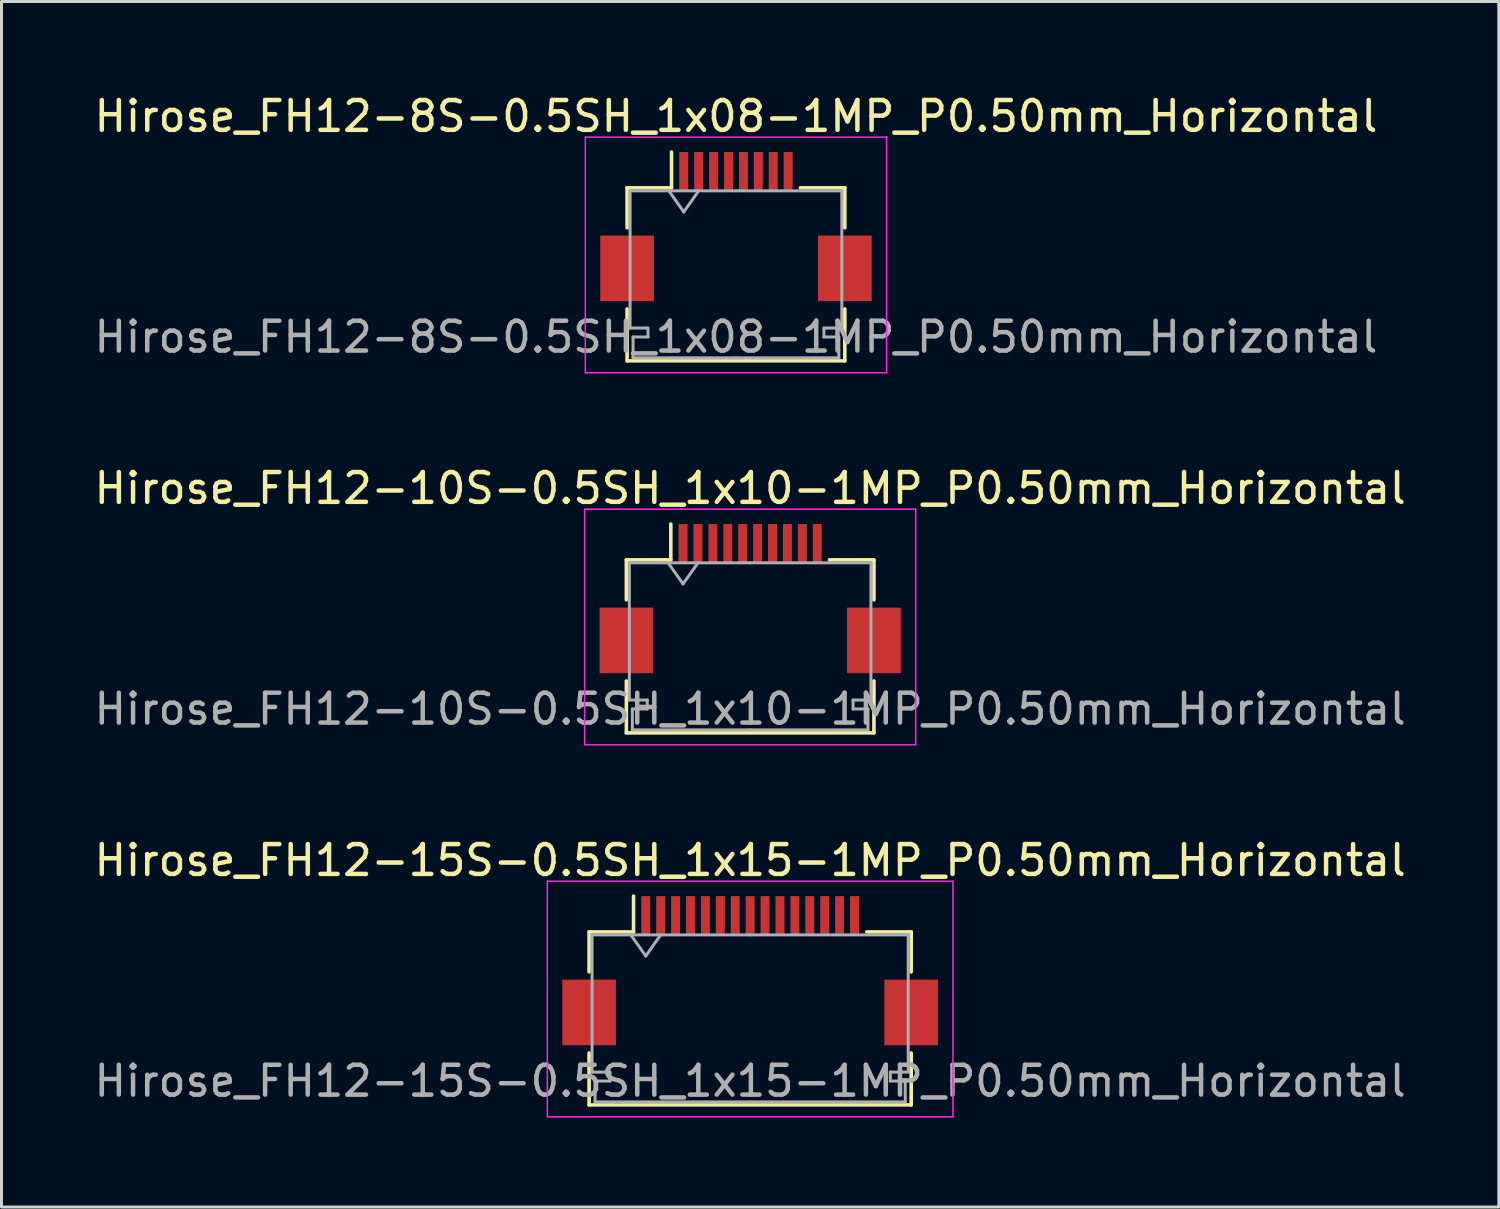
<source format=kicad_pcb>
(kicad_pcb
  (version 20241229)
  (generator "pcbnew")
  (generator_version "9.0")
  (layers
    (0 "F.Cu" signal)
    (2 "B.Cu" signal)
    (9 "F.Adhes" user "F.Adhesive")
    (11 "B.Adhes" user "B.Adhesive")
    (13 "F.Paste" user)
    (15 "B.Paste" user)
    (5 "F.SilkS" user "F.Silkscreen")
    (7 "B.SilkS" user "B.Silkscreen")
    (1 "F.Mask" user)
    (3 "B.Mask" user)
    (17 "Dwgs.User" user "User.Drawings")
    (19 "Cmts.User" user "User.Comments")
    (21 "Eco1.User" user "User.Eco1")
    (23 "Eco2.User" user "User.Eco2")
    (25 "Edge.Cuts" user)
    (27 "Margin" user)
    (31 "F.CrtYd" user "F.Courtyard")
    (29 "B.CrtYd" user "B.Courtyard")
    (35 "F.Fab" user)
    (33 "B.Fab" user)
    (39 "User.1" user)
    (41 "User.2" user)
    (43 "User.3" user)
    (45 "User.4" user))
  (footprint "Hirose_FH12-8S-0.5SH_1x08-1MP_P0.50mm_Horizontal"
    (layer "F.Cu")
    (at 21.625 4.548)
    (property "Reference" "Hirose_FH12-8S-0.5SH_1x08-1MP_P0.50mm_Horizontal" (at 0 -3.7 0) (layer "F.SilkS") (effects (font (size 1 1) (thickness 0.15))))
    (attr smd)
    (fp_line (start -3.65 -1.3) (end -3.65 0.04) (stroke (width 0.12) (type solid)) (layer "F.SilkS"))
    (fp_line (start -3.65 2.76) (end -3.65 4.5) (stroke (width 0.12) (type solid)) (layer "F.SilkS"))
    (fp_line (start -3.65 4.5) (end 3.65 4.5) (stroke (width 0.12) (type solid)) (layer "F.SilkS"))
    (fp_line (start -2.16 -1.3) (end -3.65 -1.3) (stroke (width 0.12) (type solid)) (layer "F.SilkS"))
    (fp_line (start -2.16 -1.3) (end -2.16 -2.5) (stroke (width 0.12) (type solid)) (layer "F.SilkS"))
    (fp_line (start 2.16 -1.3) (end 3.65 -1.3) (stroke (width 0.12) (type solid)) (layer "F.SilkS"))
    (fp_line (start 3.65 -1.3) (end 3.65 0.04) (stroke (width 0.12) (type solid)) (layer "F.SilkS"))
    (fp_line (start 3.65 4.5) (end 3.65 2.76) (stroke (width 0.12) (type solid)) (layer "F.SilkS"))
    (fp_line (start -5.05 -3) (end -5.05 4.9) (stroke (width 0.05) (type solid)) (layer "F.CrtYd"))
    (fp_line (start -5.05 4.9) (end 5.05 4.9) (stroke (width 0.05) (type solid)) (layer "F.CrtYd"))
    (fp_line (start 5.05 -3) (end -5.05 -3) (stroke (width 0.05) (type solid)) (layer "F.CrtYd"))
    (fp_line (start 5.05 4.9) (end 5.05 -3) (stroke (width 0.05) (type solid)) (layer "F.CrtYd"))
    (fp_line (start -3.55 -1.2) (end -3.55 3.4) (stroke (width 0.1) (type solid)) (layer "F.Fab"))
    (fp_line (start -3.55 3.4) (end -2.95 3.4) (stroke (width 0.1) (type solid)) (layer "F.Fab"))
    (fp_line (start -3.45 3.7) (end -3.45 4.4) (stroke (width 0.1) (type solid)) (layer "F.Fab"))
    (fp_line (start -3.45 4.4) (end 0 4.4) (stroke (width 0.1) (type solid)) (layer "F.Fab"))
    (fp_line (start -2.95 3.4) (end -2.95 3.7) (stroke (width 0.1) (type solid)) (layer "F.Fab"))
    (fp_line (start -2.95 3.7) (end -3.45 3.7) (stroke (width 0.1) (type solid)) (layer "F.Fab"))
    (fp_line (start -2.25 -1.2) (end -1.75 -0.493) (stroke (width 0.1) (type solid)) (layer "F.Fab"))
    (fp_line (start -1.75 -0.493) (end -1.25 -1.2) (stroke (width 0.1) (type solid)) (layer "F.Fab"))
    (fp_line (start 0 -1.2) (end -3.55 -1.2) (stroke (width 0.1) (type solid)) (layer "F.Fab"))
    (fp_line (start 0 -1.2) (end 3.55 -1.2) (stroke (width 0.1) (type solid)) (layer "F.Fab"))
    (fp_line (start 2.95 3.4) (end 2.95 3.7) (stroke (width 0.1) (type solid)) (layer "F.Fab"))
    (fp_line (start 2.95 3.7) (end 3.45 3.7) (stroke (width 0.1) (type solid)) (layer "F.Fab"))
    (fp_line (start 3.45 3.7) (end 3.45 4.4) (stroke (width 0.1) (type solid)) (layer "F.Fab"))
    (fp_line (start 3.45 4.4) (end 0 4.4) (stroke (width 0.1) (type solid)) (layer "F.Fab"))
    (fp_line (start 3.55 -1.2) (end 3.55 3.4) (stroke (width 0.1) (type solid)) (layer "F.Fab"))
    (fp_line (start 3.55 3.4) (end 2.95 3.4) (stroke (width 0.1) (type solid)) (layer "F.Fab"))
    (fp_text user "${REFERENCE}" (at 0 3.7 0) (layer "F.Fab") (effects (font (size 1 1) (thickness 0.15))))
    (pad "1" smd rect (at -1.75 -1.85) (size 0.3 1.3) (layers "F.Cu" "F.Mask" "F.Paste"))
    (pad "2" smd rect (at -1.25 -1.85) (size 0.3 1.3) (layers "F.Cu" "F.Mask" "F.Paste"))
    (pad "3" smd rect (at -0.75 -1.85) (size 0.3 1.3) (layers "F.Cu" "F.Mask" "F.Paste"))
    (pad "4" smd rect (at -0.25 -1.85) (size 0.3 1.3) (layers "F.Cu" "F.Mask" "F.Paste"))
    (pad "5" smd rect (at 0.25 -1.85) (size 0.3 1.3) (layers "F.Cu" "F.Mask" "F.Paste"))
    (pad "6" smd rect (at 0.75 -1.85) (size 0.3 1.3) (layers "F.Cu" "F.Mask" "F.Paste"))
    (pad "7" smd rect (at 1.25 -1.85) (size 0.3 1.3) (layers "F.Cu" "F.Mask" "F.Paste"))
    (pad "8" smd rect (at 1.75 -1.85) (size 0.3 1.3) (layers "F.Cu" "F.Mask" "F.Paste"))
    (pad "MP" smd rect (at -3.65 1.4) (size 1.8 2.2) (layers "F.Cu" "F.Mask" "F.Paste"))
    (pad "MP" smd rect (at 3.65 1.4) (size 1.8 2.2) (layers "F.Cu" "F.Mask" "F.Paste")))
  (footprint "Hirose_FH12-15S-0.5SH_1x15-1MP_P0.50mm_Horizontal"
    (layer "F.Cu")
    (at 22.101 29.495)
    (property "Reference" "Hirose_FH12-15S-0.5SH_1x15-1MP_P0.50mm_Horizontal" (at 0 -3.7 0) (layer "F.SilkS") (effects (font (size 1 1) (thickness 0.15))))
    (attr smd)
    (fp_line (start -5.4 -1.3) (end -5.4 0.04) (stroke (width 0.12) (type solid)) (layer "F.SilkS"))
    (fp_line (start -5.4 2.76) (end -5.4 4.5) (stroke (width 0.12) (type solid)) (layer "F.SilkS"))
    (fp_line (start -5.4 4.5) (end 5.4 4.5) (stroke (width 0.12) (type solid)) (layer "F.SilkS"))
    (fp_line (start -3.91 -1.3) (end -5.4 -1.3) (stroke (width 0.12) (type solid)) (layer "F.SilkS"))
    (fp_line (start -3.91 -1.3) (end -3.91 -2.5) (stroke (width 0.12) (type solid)) (layer "F.SilkS"))
    (fp_line (start 3.91 -1.3) (end 5.4 -1.3) (stroke (width 0.12) (type solid)) (layer "F.SilkS"))
    (fp_line (start 5.4 -1.3) (end 5.4 0.04) (stroke (width 0.12) (type solid)) (layer "F.SilkS"))
    (fp_line (start 5.4 4.5) (end 5.4 2.76) (stroke (width 0.12) (type solid)) (layer "F.SilkS"))
    (fp_line (start -6.8 -3) (end -6.8 4.9) (stroke (width 0.05) (type solid)) (layer "F.CrtYd"))
    (fp_line (start -6.8 4.9) (end 6.8 4.9) (stroke (width 0.05) (type solid)) (layer "F.CrtYd"))
    (fp_line (start 6.8 -3) (end -6.8 -3) (stroke (width 0.05) (type solid)) (layer "F.CrtYd"))
    (fp_line (start 6.8 4.9) (end 6.8 -3) (stroke (width 0.05) (type solid)) (layer "F.CrtYd"))
    (fp_line (start -5.3 -1.2) (end -5.3 3.4) (stroke (width 0.1) (type solid)) (layer "F.Fab"))
    (fp_line (start -5.3 3.4) (end -4.7 3.4) (stroke (width 0.1) (type solid)) (layer "F.Fab"))
    (fp_line (start -5.2 3.7) (end -5.2 4.4) (stroke (width 0.1) (type solid)) (layer "F.Fab"))
    (fp_line (start -5.2 4.4) (end 0 4.4) (stroke (width 0.1) (type solid)) (layer "F.Fab"))
    (fp_line (start -4.7 3.4) (end -4.7 3.7) (stroke (width 0.1) (type solid)) (layer "F.Fab"))
    (fp_line (start -4.7 3.7) (end -5.2 3.7) (stroke (width 0.1) (type solid)) (layer "F.Fab"))
    (fp_line (start -4 -1.2) (end -3.5 -0.493) (stroke (width 0.1) (type solid)) (layer "F.Fab"))
    (fp_line (start -3.5 -0.493) (end -3 -1.2) (stroke (width 0.1) (type solid)) (layer "F.Fab"))
    (fp_line (start 0 -1.2) (end -5.3 -1.2) (stroke (width 0.1) (type solid)) (layer "F.Fab"))
    (fp_line (start 0 -1.2) (end 5.3 -1.2) (stroke (width 0.1) (type solid)) (layer "F.Fab"))
    (fp_line (start 4.7 3.4) (end 4.7 3.7) (stroke (width 0.1) (type solid)) (layer "F.Fab"))
    (fp_line (start 4.7 3.7) (end 5.2 3.7) (stroke (width 0.1) (type solid)) (layer "F.Fab"))
    (fp_line (start 5.2 3.7) (end 5.2 4.4) (stroke (width 0.1) (type solid)) (layer "F.Fab"))
    (fp_line (start 5.2 4.4) (end 0 4.4) (stroke (width 0.1) (type solid)) (layer "F.Fab"))
    (fp_line (start 5.3 -1.2) (end 5.3 3.4) (stroke (width 0.1) (type solid)) (layer "F.Fab"))
    (fp_line (start 5.3 3.4) (end 4.7 3.4) (stroke (width 0.1) (type solid)) (layer "F.Fab"))
    (fp_text user "${REFERENCE}" (at 0 3.7 0) (layer "F.Fab") (effects (font (size 1 1) (thickness 0.15))))
    (pad "1" smd rect (at -3.5 -1.85) (size 0.3 1.3) (layers "F.Cu" "F.Mask" "F.Paste"))
    (pad "2" smd rect (at -3 -1.85) (size 0.3 1.3) (layers "F.Cu" "F.Mask" "F.Paste"))
    (pad "3" smd rect (at -2.5 -1.85) (size 0.3 1.3) (layers "F.Cu" "F.Mask" "F.Paste"))
    (pad "4" smd rect (at -2 -1.85) (size 0.3 1.3) (layers "F.Cu" "F.Mask" "F.Paste"))
    (pad "5" smd rect (at -1.5 -1.85) (size 0.3 1.3) (layers "F.Cu" "F.Mask" "F.Paste"))
    (pad "6" smd rect (at -1 -1.85) (size 0.3 1.3) (layers "F.Cu" "F.Mask" "F.Paste"))
    (pad "7" smd rect (at -0.5 -1.85) (size 0.3 1.3) (layers "F.Cu" "F.Mask" "F.Paste"))
    (pad "8" smd rect (at 0 -1.85) (size 0.3 1.3) (layers "F.Cu" "F.Mask" "F.Paste"))
    (pad "9" smd rect (at 0.5 -1.85) (size 0.3 1.3) (layers "F.Cu" "F.Mask" "F.Paste"))
    (pad "10" smd rect (at 1 -1.85) (size 0.3 1.3) (layers "F.Cu" "F.Mask" "F.Paste"))
    (pad "11" smd rect (at 1.5 -1.85) (size 0.3 1.3) (layers "F.Cu" "F.Mask" "F.Paste"))
    (pad "12" smd rect (at 2 -1.85) (size 0.3 1.3) (layers "F.Cu" "F.Mask" "F.Paste"))
    (pad "13" smd rect (at 2.5 -1.85) (size 0.3 1.3) (layers "F.Cu" "F.Mask" "F.Paste"))
    (pad "14" smd rect (at 3 -1.85) (size 0.3 1.3) (layers "F.Cu" "F.Mask" "F.Paste"))
    (pad "15" smd rect (at 3.5 -1.85) (size 0.3 1.3) (layers "F.Cu" "F.Mask" "F.Paste"))
    (pad "MP" smd rect (at -5.4 1.4) (size 1.8 2.2) (layers "F.Cu" "F.Mask" "F.Paste"))
    (pad "MP" smd rect (at 5.4 1.4) (size 1.8 2.2) (layers "F.Cu" "F.Mask" "F.Paste")))
  (footprint "Hirose_FH12-10S-0.5SH_1x10-1MP_P0.50mm_Horizontal"
    (layer "F.Cu")
    (at 22.101 17.021)
    (property "Reference" "Hirose_FH12-10S-0.5SH_1x10-1MP_P0.50mm_Horizontal" (at 0 -3.7 0) (layer "F.SilkS") (effects (font (size 1 1) (thickness 0.15))))
    (attr smd)
    (fp_line (start -4.15 -1.3) (end -4.15 0.04) (stroke (width 0.12) (type solid)) (layer "F.SilkS"))
    (fp_line (start -4.15 2.76) (end -4.15 4.5) (stroke (width 0.12) (type solid)) (layer "F.SilkS"))
    (fp_line (start -4.15 4.5) (end 4.15 4.5) (stroke (width 0.12) (type solid)) (layer "F.SilkS"))
    (fp_line (start -2.66 -1.3) (end -4.15 -1.3) (stroke (width 0.12) (type solid)) (layer "F.SilkS"))
    (fp_line (start -2.66 -1.3) (end -2.66 -2.5) (stroke (width 0.12) (type solid)) (layer "F.SilkS"))
    (fp_line (start 2.66 -1.3) (end 4.15 -1.3) (stroke (width 0.12) (type solid)) (layer "F.SilkS"))
    (fp_line (start 4.15 -1.3) (end 4.15 0.04) (stroke (width 0.12) (type solid)) (layer "F.SilkS"))
    (fp_line (start 4.15 4.5) (end 4.15 2.76) (stroke (width 0.12) (type solid)) (layer "F.SilkS"))
    (fp_line (start -5.55 -3) (end -5.55 4.9) (stroke (width 0.05) (type solid)) (layer "F.CrtYd"))
    (fp_line (start -5.55 4.9) (end 5.55 4.9) (stroke (width 0.05) (type solid)) (layer "F.CrtYd"))
    (fp_line (start 5.55 -3) (end -5.55 -3) (stroke (width 0.05) (type solid)) (layer "F.CrtYd"))
    (fp_line (start 5.55 4.9) (end 5.55 -3) (stroke (width 0.05) (type solid)) (layer "F.CrtYd"))
    (fp_line (start -4.05 -1.2) (end -4.05 3.4) (stroke (width 0.1) (type solid)) (layer "F.Fab"))
    (fp_line (start -4.05 3.4) (end -3.45 3.4) (stroke (width 0.1) (type solid)) (layer "F.Fab"))
    (fp_line (start -3.95 3.7) (end -3.95 4.4) (stroke (width 0.1) (type solid)) (layer "F.Fab"))
    (fp_line (start -3.95 4.4) (end 0 4.4) (stroke (width 0.1) (type solid)) (layer "F.Fab"))
    (fp_line (start -3.45 3.4) (end -3.45 3.7) (stroke (width 0.1) (type solid)) (layer "F.Fab"))
    (fp_line (start -3.45 3.7) (end -3.95 3.7) (stroke (width 0.1) (type solid)) (layer "F.Fab"))
    (fp_line (start -2.75 -1.2) (end -2.25 -0.493) (stroke (width 0.1) (type solid)) (layer "F.Fab"))
    (fp_line (start -2.25 -0.493) (end -1.75 -1.2) (stroke (width 0.1) (type solid)) (layer "F.Fab"))
    (fp_line (start 0 -1.2) (end -4.05 -1.2) (stroke (width 0.1) (type solid)) (layer "F.Fab"))
    (fp_line (start 0 -1.2) (end 4.05 -1.2) (stroke (width 0.1) (type solid)) (layer "F.Fab"))
    (fp_line (start 3.45 3.4) (end 3.45 3.7) (stroke (width 0.1) (type solid)) (layer "F.Fab"))
    (fp_line (start 3.45 3.7) (end 3.95 3.7) (stroke (width 0.1) (type solid)) (layer "F.Fab"))
    (fp_line (start 3.95 3.7) (end 3.95 4.4) (stroke (width 0.1) (type solid)) (layer "F.Fab"))
    (fp_line (start 3.95 4.4) (end 0 4.4) (stroke (width 0.1) (type solid)) (layer "F.Fab"))
    (fp_line (start 4.05 -1.2) (end 4.05 3.4) (stroke (width 0.1) (type solid)) (layer "F.Fab"))
    (fp_line (start 4.05 3.4) (end 3.45 3.4) (stroke (width 0.1) (type solid)) (layer "F.Fab"))
    (fp_text user "${REFERENCE}" (at 0 3.7 0) (layer "F.Fab") (effects (font (size 1 1) (thickness 0.15))))
    (pad "1" smd rect (at -2.25 -1.85) (size 0.3 1.3) (layers "F.Cu" "F.Mask" "F.Paste"))
    (pad "2" smd rect (at -1.75 -1.85) (size 0.3 1.3) (layers "F.Cu" "F.Mask" "F.Paste"))
    (pad "3" smd rect (at -1.25 -1.85) (size 0.3 1.3) (layers "F.Cu" "F.Mask" "F.Paste"))
    (pad "4" smd rect (at -0.75 -1.85) (size 0.3 1.3) (layers "F.Cu" "F.Mask" "F.Paste"))
    (pad "5" smd rect (at -0.25 -1.85) (size 0.3 1.3) (layers "F.Cu" "F.Mask" "F.Paste"))
    (pad "6" smd rect (at 0.25 -1.85) (size 0.3 1.3) (layers "F.Cu" "F.Mask" "F.Paste"))
    (pad "7" smd rect (at 0.75 -1.85) (size 0.3 1.3) (layers "F.Cu" "F.Mask" "F.Paste"))
    (pad "8" smd rect (at 1.25 -1.85) (size 0.3 1.3) (layers "F.Cu" "F.Mask" "F.Paste"))
    (pad "9" smd rect (at 1.75 -1.85) (size 0.3 1.3) (layers "F.Cu" "F.Mask" "F.Paste"))
    (pad "10" smd rect (at 2.25 -1.85) (size 0.3 1.3) (layers "F.Cu" "F.Mask" "F.Paste"))
    (pad "MP" smd rect (at -4.15 1.4) (size 1.8 2.2) (layers "F.Cu" "F.Mask" "F.Paste"))
    (pad "MP" smd rect (at 4.15 1.4) (size 1.8 2.2) (layers "F.Cu" "F.Mask" "F.Paste")))
  (gr_rect
    (start -3 -3)
    (end 47.202 37.42)
    (stroke (width 0.1) (type default))
    (fill no)
    (layer "Edge.Cuts")))
</source>
